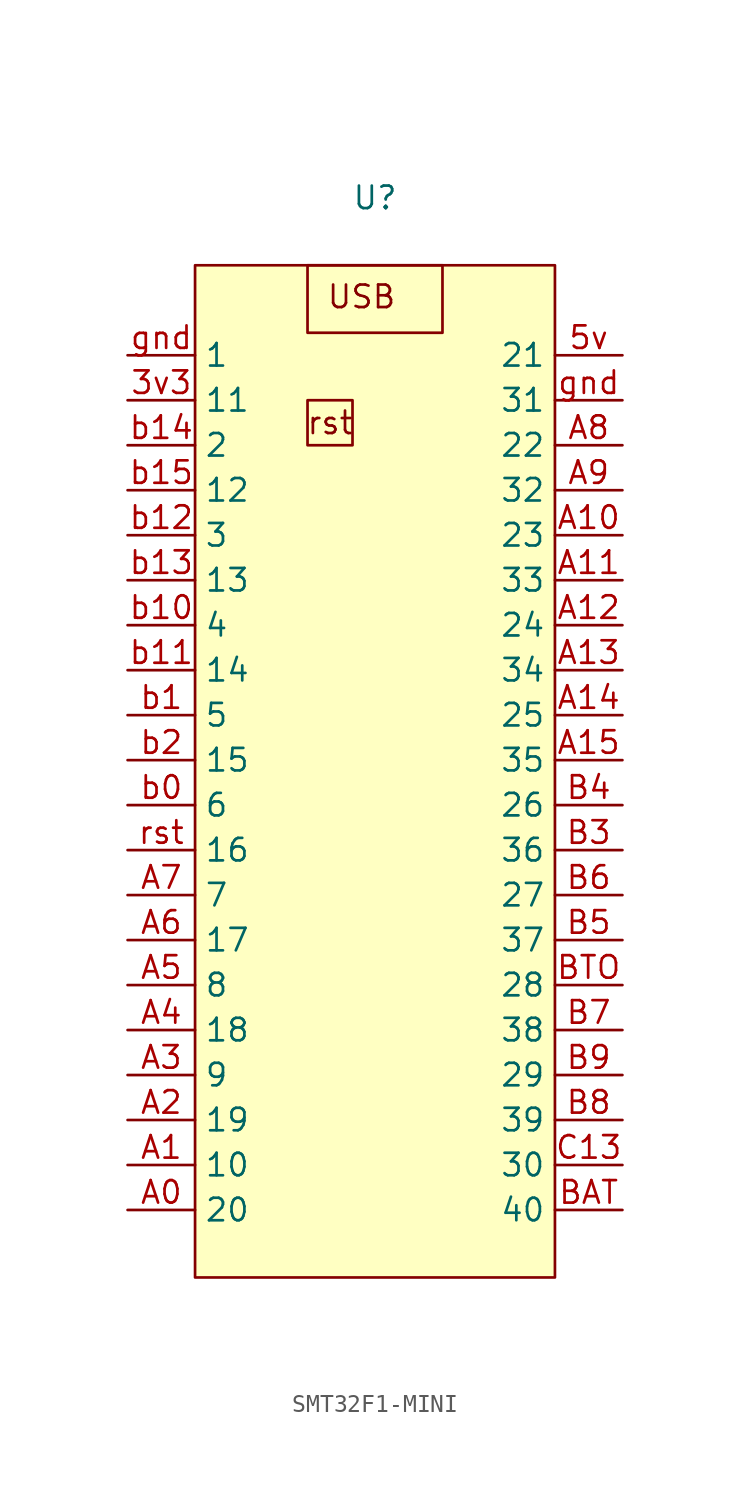
<source format=kicad_sym>
(kicad_symbol_lib
  (version 20241209)
  (generator "kicad_symbol_editor")
  (generator_version "9.0")
  (symbol "SMT32F1-MINI"
    (property "Reference" "U"
      (at 0 0 0)
      (effects (font (size 1.27 1.27))))
    (property "Value" ""
      (at 0 0 0)
      (effects (font (size 1.27 1.27))))
    (symbol "SMT32F1-MINI_1_1"
      (rectangle (start -10.16 -3.81) (end 10.16 -60.96) (stroke (width 0) (type solid)) (fill (type background)))
      (rectangle (start -3.81 -3.81) (end 3.81 -7.62) (stroke (width 0) (type default)) (fill (type none)))
      (rectangle (start -3.81 -11.43) (end -1.27 -13.97) (stroke (width 0) (type default)) (fill (type none)))
      (text "rst\n" (at -2.54 -12.7 0) (effects (font (size 1.27 1.27))))
      (text "USB\n" (at -0.762 -5.588 0) (effects (font (size 1.27 1.27))))
      (pin input line (at -13.97 -8.89 0) (length 3.81) (name "1" (effects (font (size 1.27 1.27)))) (number "gnd" (effects (font (size 1.27 1.27)))))
      (pin input line (at -13.97 -11.43 0) (length 3.81) (name "11" (effects (font (size 1.27 1.27)))) (number "3v3" (effects (font (size 1.27 1.27)))))
      (pin input line (at -13.97 -13.97 0) (length 3.81) (name "2" (effects (font (size 1.27 1.27)))) (number "b14" (effects (font (size 1.27 1.27)))))
      (pin input line (at -13.97 -16.51 0) (length 3.81) (name "12" (effects (font (size 1.27 1.27)))) (number "b15" (effects (font (size 1.27 1.27)))))
      (pin input line (at -13.97 -19.05 0) (length 3.81) (name "3" (effects (font (size 1.27 1.27)))) (number "b12" (effects (font (size 1.27 1.27)))))
      (pin input line (at -13.97 -21.59 0) (length 3.81) (name "13" (effects (font (size 1.27 1.27)))) (number "b13" (effects (font (size 1.27 1.27)))))
      (pin input line (at -13.97 -24.13 0) (length 3.81) (name "4" (effects (font (size 1.27 1.27)))) (number "b10" (effects (font (size 1.27 1.27)))))
      (pin input line (at -13.97 -26.67 0) (length 3.81) (name "14" (effects (font (size 1.27 1.27)))) (number "b11" (effects (font (size 1.27 1.27)))))
      (pin input line (at -13.97 -29.21 0) (length 3.81) (name "5" (effects (font (size 1.27 1.27)))) (number "b1" (effects (font (size 1.27 1.27)))))
      (pin input line (at -13.97 -31.75 0) (length 3.81) (name "15" (effects (font (size 1.27 1.27)))) (number "b2" (effects (font (size 1.27 1.27)))))
      (pin input line (at -13.97 -34.29 0) (length 3.81) (name "6" (effects (font (size 1.27 1.27)))) (number "b0" (effects (font (size 1.27 1.27)))))
      (pin input line (at -13.97 -36.83 0) (length 3.81) (name "16" (effects (font (size 1.27 1.27)))) (number "rst" (effects (font (size 1.27 1.27)))))
      (pin input line (at -13.97 -39.37 0) (length 3.81) (name "7" (effects (font (size 1.27 1.27)))) (number "A7" (effects (font (size 1.27 1.27)))))
      (pin input line (at -13.97 -41.91 0) (length 3.81) (name "17" (effects (font (size 1.27 1.27)))) (number "A6" (effects (font (size 1.27 1.27)))))
      (pin input line (at -13.97 -44.45 0) (length 3.81) (name "8" (effects (font (size 1.27 1.27)))) (number "A5" (effects (font (size 1.27 1.27)))))
      (pin input line (at -13.97 -46.99 0) (length 3.81) (name "18" (effects (font (size 1.27 1.27)))) (number "A4" (effects (font (size 1.27 1.27)))))
      (pin input line (at -13.97 -49.53 0) (length 3.81) (name "9" (effects (font (size 1.27 1.27)))) (number "A3" (effects (font (size 1.27 1.27)))))
      (pin input line (at -13.97 -52.07 0) (length 3.81) (name "19" (effects (font (size 1.27 1.27)))) (number "A2" (effects (font (size 1.27 1.27)))))
      (pin input line (at -13.97 -54.61 0) (length 3.81) (name "10" (effects (font (size 1.27 1.27)))) (number "A1" (effects (font (size 1.27 1.27)))))
      (pin input line (at -13.97 -57.15 0) (length 3.81) (name "20" (effects (font (size 1.27 1.27)))) (number "A0" (effects (font (size 1.27 1.27)))))
      (pin input line (at 13.97 -8.89 180) (length 3.81) (name "21" (effects (font (size 1.27 1.27)))) (number "5v" (effects (font (size 1.27 1.27)))))
      (pin input line (at 13.97 -11.43 180) (length 3.81) (name "31" (effects (font (size 1.27 1.27)))) (number "gnd" (effects (font (size 1.27 1.27)))))
      (pin input line (at 13.97 -13.97 180) (length 3.81) (name "22" (effects (font (size 1.27 1.27)))) (number "A8" (effects (font (size 1.27 1.27)))))
      (pin input line (at 13.97 -16.51 180) (length 3.81) (name "32" (effects (font (size 1.27 1.27)))) (number "A9" (effects (font (size 1.27 1.27)))))
      (pin input line (at 13.97 -19.05 180) (length 3.81) (name "23" (effects (font (size 1.27 1.27)))) (number "A10" (effects (font (size 1.27 1.27)))))
      (pin input line (at 13.97 -21.59 180) (length 3.81) (name "33" (effects (font (size 1.27 1.27)))) (number "A11" (effects (font (size 1.27 1.27)))))
      (pin input line (at 13.97 -24.13 180) (length 3.81) (name "24" (effects (font (size 1.27 1.27)))) (number "A12" (effects (font (size 1.27 1.27)))))
      (pin input line (at 13.97 -26.67 180) (length 3.81) (name "34" (effects (font (size 1.27 1.27)))) (number "A13" (effects (font (size 1.27 1.27)))))
      (pin input line (at 13.97 -29.21 180) (length 3.81) (name "25" (effects (font (size 1.27 1.27)))) (number "A14" (effects (font (size 1.27 1.27)))))
      (pin input line (at 13.97 -31.75 180) (length 3.81) (name "35" (effects (font (size 1.27 1.27)))) (number "A15" (effects (font (size 1.27 1.27)))))
      (pin input line (at 13.97 -34.29 180) (length 3.81) (name "26" (effects (font (size 1.27 1.27)))) (number "B4" (effects (font (size 1.27 1.27)))))
      (pin input line (at 13.97 -36.83 180) (length 3.81) (name "36" (effects (font (size 1.27 1.27)))) (number "B3" (effects (font (size 1.27 1.27)))))
      (pin input line (at 13.97 -39.37 180) (length 3.81) (name "27" (effects (font (size 1.27 1.27)))) (number "B6" (effects (font (size 1.27 1.27)))))
      (pin input line (at 13.97 -41.91 180) (length 3.81) (name "37" (effects (font (size 1.27 1.27)))) (number "B5" (effects (font (size 1.27 1.27)))))
      (pin input line (at 13.97 -44.45 180) (length 3.81) (name "28" (effects (font (size 1.27 1.27)))) (number "BTO" (effects (font (size 1.27 1.27)))))
      (pin input line (at 13.97 -46.99 180) (length 3.81) (name "38" (effects (font (size 1.27 1.27)))) (number "B7" (effects (font (size 1.27 1.27)))))
      (pin input line (at 13.97 -49.53 180) (length 3.81) (name "29" (effects (font (size 1.27 1.27)))) (number "B9" (effects (font (size 1.27 1.27)))))
      (pin input line (at 13.97 -52.07 180) (length 3.81) (name "39" (effects (font (size 1.27 1.27)))) (number "B8" (effects (font (size 1.27 1.27)))))
      (pin input line (at 13.97 -54.61 180) (length 3.81) (name "30" (effects (font (size 1.27 1.27)))) (number "C13" (effects (font (size 1.27 1.27)))))
      (pin input line (at 13.97 -57.15 180) (length 3.81) (name "40" (effects (font (size 1.27 1.27)))) (number "BAT" (effects (font (size 1.27 1.27))))))))
</source>
